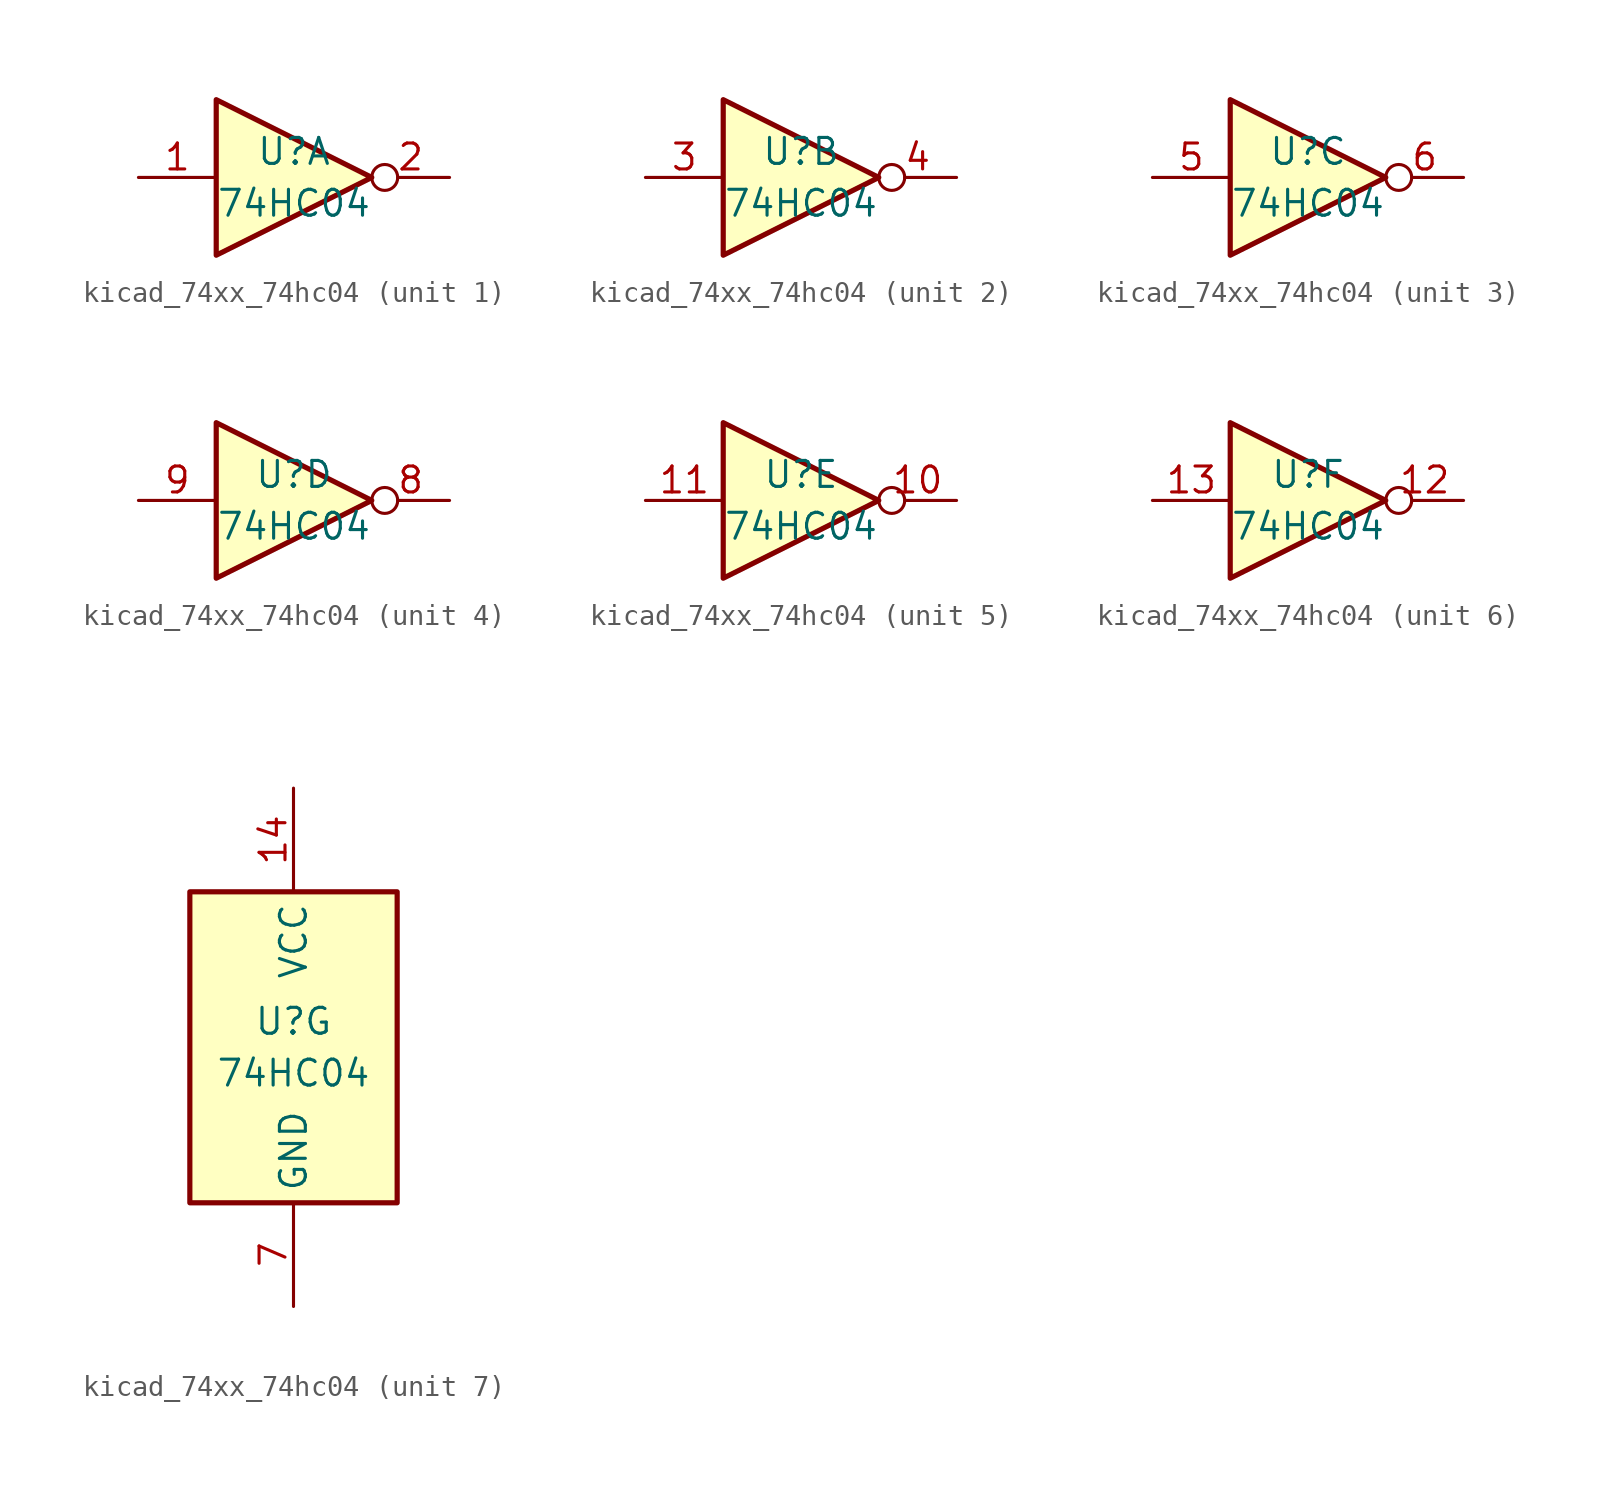
<source format=kicad_sym>
(kicad_symbol_lib
  (version 20220914)
  (generator kicad_symbol_editor)
  (symbol "kicad_74xx_74hc04"
    (property "Reference" "U"
      (at 0 1.27 0)
      (effects (font (size 1.27 1.27))))
    (property "Value" "74HC04"
      (at 0 -1.27 0)
      (effects (font (size 1.27 1.27))))
    (property "ki_locked" ""
      (at 0 0 0)
      (effects (font (size 1.27 1.27))))
    (symbol "kicad_74xx_74hc04_1_0"
      (polyline (pts (xy -3.81 3.81) (xy -3.81 -3.81) (xy 3.81 0) (xy -3.81 3.81)) (stroke (width 0.254) (type default)) (fill (type background)))
      (pin input line (at -7.62 0 0) (length 3.81) (name "~" (effects (font (size 1.27 1.27)))) (number "1" (effects (font (size 1.27 1.27)))))
      (pin output inverted (at 7.62 0 180) (length 3.81) (name "~" (effects (font (size 1.27 1.27)))) (number "2" (effects (font (size 1.27 1.27))))))
    (symbol "kicad_74xx_74hc04_2_0"
      (polyline (pts (xy -3.81 3.81) (xy -3.81 -3.81) (xy 3.81 0) (xy -3.81 3.81)) (stroke (width 0.254) (type default)) (fill (type background)))
      (pin input line (at -7.62 0 0) (length 3.81) (name "~" (effects (font (size 1.27 1.27)))) (number "3" (effects (font (size 1.27 1.27)))))
      (pin output inverted (at 7.62 0 180) (length 3.81) (name "~" (effects (font (size 1.27 1.27)))) (number "4" (effects (font (size 1.27 1.27))))))
    (symbol "kicad_74xx_74hc04_3_0"
      (polyline (pts (xy -3.81 3.81) (xy -3.81 -3.81) (xy 3.81 0) (xy -3.81 3.81)) (stroke (width 0.254) (type default)) (fill (type background)))
      (pin input line (at -7.62 0 0) (length 3.81) (name "~" (effects (font (size 1.27 1.27)))) (number "5" (effects (font (size 1.27 1.27)))))
      (pin output inverted (at 7.62 0 180) (length 3.81) (name "~" (effects (font (size 1.27 1.27)))) (number "6" (effects (font (size 1.27 1.27))))))
    (symbol "kicad_74xx_74hc04_4_0"
      (polyline (pts (xy -3.81 3.81) (xy -3.81 -3.81) (xy 3.81 0) (xy -3.81 3.81)) (stroke (width 0.254) (type default)) (fill (type background)))
      (pin output inverted (at 7.62 0 180) (length 3.81) (name "~" (effects (font (size 1.27 1.27)))) (number "8" (effects (font (size 1.27 1.27)))))
      (pin input line (at -7.62 0 0) (length 3.81) (name "~" (effects (font (size 1.27 1.27)))) (number "9" (effects (font (size 1.27 1.27))))))
    (symbol "kicad_74xx_74hc04_5_0"
      (polyline (pts (xy -3.81 3.81) (xy -3.81 -3.81) (xy 3.81 0) (xy -3.81 3.81)) (stroke (width 0.254) (type default)) (fill (type background)))
      (pin output inverted (at 7.62 0 180) (length 3.81) (name "~" (effects (font (size 1.27 1.27)))) (number "10" (effects (font (size 1.27 1.27)))))
      (pin input line (at -7.62 0 0) (length 3.81) (name "~" (effects (font (size 1.27 1.27)))) (number "11" (effects (font (size 1.27 1.27))))))
    (symbol "kicad_74xx_74hc04_6_0"
      (polyline (pts (xy -3.81 3.81) (xy -3.81 -3.81) (xy 3.81 0) (xy -3.81 3.81)) (stroke (width 0.254) (type default)) (fill (type background)))
      (pin output inverted (at 7.62 0 180) (length 3.81) (name "~" (effects (font (size 1.27 1.27)))) (number "12" (effects (font (size 1.27 1.27)))))
      (pin input line (at -7.62 0 0) (length 3.81) (name "~" (effects (font (size 1.27 1.27)))) (number "13" (effects (font (size 1.27 1.27))))))
    (symbol "kicad_74xx_74hc04_7_0"
      (pin power_in line (at 0 12.7 270) (length 5.08) (name "VCC" (effects (font (size 1.27 1.27)))) (number "14" (effects (font (size 1.27 1.27)))))
      (pin power_in line (at 0 -12.7 90) (length 5.08) (name "GND" (effects (font (size 1.27 1.27)))) (number "7" (effects (font (size 1.27 1.27))))))
    (symbol "kicad_74xx_74hc04_7_1"
      (rectangle (start -5.08 7.62) (end 5.08 -7.62) (stroke (width 0.254) (type default)) (fill (type background))))))
</source>
